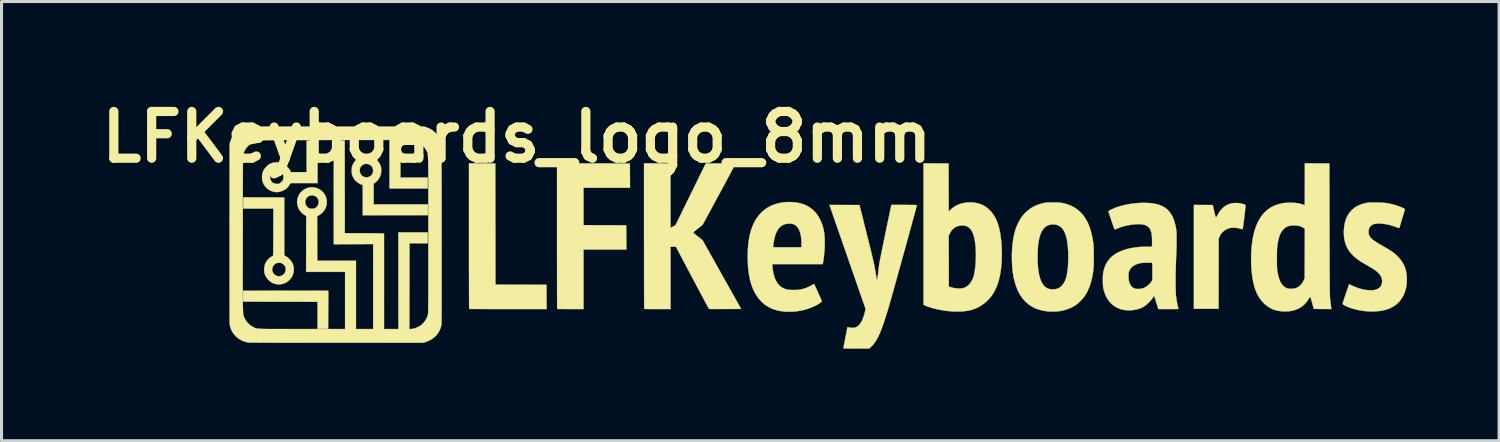
<source format=kicad_pcb>
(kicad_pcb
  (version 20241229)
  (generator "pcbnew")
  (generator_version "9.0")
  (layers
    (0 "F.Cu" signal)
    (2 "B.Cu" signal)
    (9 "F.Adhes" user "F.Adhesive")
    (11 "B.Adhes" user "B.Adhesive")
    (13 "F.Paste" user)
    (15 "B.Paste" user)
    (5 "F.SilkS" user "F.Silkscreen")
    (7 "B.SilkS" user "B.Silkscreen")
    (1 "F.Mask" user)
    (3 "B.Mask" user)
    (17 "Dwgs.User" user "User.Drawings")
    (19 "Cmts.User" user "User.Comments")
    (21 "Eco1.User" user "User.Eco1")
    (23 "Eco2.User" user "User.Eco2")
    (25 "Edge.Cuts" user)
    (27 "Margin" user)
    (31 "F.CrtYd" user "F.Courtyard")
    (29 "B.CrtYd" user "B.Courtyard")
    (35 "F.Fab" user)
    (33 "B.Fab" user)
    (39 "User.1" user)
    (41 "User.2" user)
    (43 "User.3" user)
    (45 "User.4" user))
  (footprint "LFKeyboards_logo_8mm"
    (layer "F.Cu")
    (at 4.396 4.518)
    (property "Reference" "LFKeyboards_logo_8mm" (at 9.4 -3.1 0) (layer "F.SilkS") (effects (font (size 1.524 1.524) (thickness 0.3))))
    (attr through_hole)
    (fp_poly (pts (xy 2.439 1.907) (xy 2.567 1.907) (xy 2.687 1.907) (xy 2.798 1.907) (xy 2.899 1.908) (xy 2.989 1.908) (xy 3.068 1.908) (xy 3.134 1.909) (xy 3.186 1.909) (xy 3.224 1.91) (xy 3.247 1.911) (xy 3.253 1.911) (xy 3.254 1.921) (xy 3.255 1.946) (xy 3.256 1.985) (xy 3.256 2.037) (xy 3.256 2.1) (xy 3.256 2.174) (xy 3.256 2.257) (xy 3.256 2.347) (xy 3.255 2.443) (xy 3.254 2.534) (xy 3.249 3.15) (xy 2.905 3.15) (xy 2.905 2.269) (xy 1.692 2.267) (xy 0.479 2.265) (xy 0.479 1.909) (xy 1.863 1.907) (xy 2.015 1.907) (xy 2.162 1.907) (xy 2.304 1.907) (xy 2.439 1.907)) (stroke (width 0.01) (type solid)) (fill yes) (layer "F.SilkS"))
    (fp_poly (pts (xy 13.086 -2.239) (xy 13.088 -1.844) (xy 13.09 -1.448) (xy 11.575 -1.448) (xy 11.575 -0.229) (xy 12.271 -0.227) (xy 12.967 -0.224) (xy 12.97 0.171) (xy 12.972 0.567) (xy 11.575 0.567) (xy 11.575 2.506) (xy 11.149 2.506) (xy 11.065 2.506) (xy 10.987 2.506) (xy 10.916 2.505) (xy 10.853 2.505) (xy 10.8 2.504) (xy 10.758 2.503) (xy 10.73 2.502) (xy 10.717 2.501) (xy 10.717 2.5) (xy 10.716 2.492) (xy 10.716 2.467) (xy 10.715 2.426) (xy 10.715 2.37) (xy 10.715 2.301) (xy 10.714 2.217) (xy 10.714 2.121) (xy 10.713 2.013) (xy 10.713 1.893) (xy 10.713 1.762) (xy 10.712 1.622) (xy 10.712 1.471) (xy 10.712 1.312) (xy 10.712 1.145) (xy 10.712 0.971) (xy 10.711 0.789) (xy 10.711 0.602) (xy 10.711 0.409) (xy 10.711 0.212) (xy 10.711 0.126) (xy 10.711 -2.244) (xy 13.086 -2.239)) (stroke (width 0.01) (type solid)) (fill yes) (layer "F.SilkS"))
    (fp_poly (pts (xy 8.271 -2.242) (xy 8.7 -2.239) (xy 8.702 -0.265) (xy 8.705 1.71) (xy 10.368 1.714) (xy 10.37 2.11) (xy 10.373 2.506) (xy 9.112 2.506) (xy 8.968 2.506) (xy 8.828 2.506) (xy 8.693 2.506) (xy 8.565 2.506) (xy 8.444 2.505) (xy 8.332 2.505) (xy 8.229 2.505) (xy 8.136 2.504) (xy 8.055 2.504) (xy 7.985 2.503) (xy 7.929 2.502) (xy 7.886 2.502) (xy 7.859 2.501) (xy 7.847 2.501) (xy 7.847 2.5) (xy 7.846 2.492) (xy 7.846 2.467) (xy 7.845 2.426) (xy 7.845 2.37) (xy 7.844 2.301) (xy 7.844 2.217) (xy 7.844 2.121) (xy 7.843 2.013) (xy 7.843 1.893) (xy 7.843 1.762) (xy 7.842 1.622) (xy 7.842 1.471) (xy 7.842 1.312) (xy 7.841 1.145) (xy 7.841 0.971) (xy 7.841 0.789) (xy 7.841 0.602) (xy 7.841 0.409) (xy 7.841 0.212) (xy 7.841 0.126) (xy 7.841 -2.244) (xy 8.271 -2.242)) (stroke (width 0.01) (type solid)) (fill yes) (layer "F.SilkS"))
    (fp_poly (pts (xy 32.921 -0.949) (xy 33.016 -0.934) (xy 33.107 -0.908) (xy 33.11 -0.907) (xy 33.136 -0.896) (xy 33.149 -0.885) (xy 33.154 -0.871) (xy 33.154 -0.867) (xy 33.154 -0.853) (xy 33.151 -0.825) (xy 33.147 -0.784) (xy 33.141 -0.731) (xy 33.135 -0.669) (xy 33.127 -0.599) (xy 33.118 -0.524) (xy 33.111 -0.47) (xy 33.101 -0.381) (xy 33.092 -0.307) (xy 33.084 -0.248) (xy 33.078 -0.201) (xy 33.073 -0.164) (xy 33.068 -0.138) (xy 33.064 -0.12) (xy 33.061 -0.108) (xy 33.057 -0.101) (xy 33.054 -0.099) (xy 33.05 -0.099) (xy 33.035 -0.101) (xy 33.008 -0.107) (xy 32.974 -0.116) (xy 32.949 -0.123) (xy 32.88 -0.137) (xy 32.806 -0.144) (xy 32.733 -0.145) (xy 32.667 -0.14) (xy 32.629 -0.132) (xy 32.543 -0.1) (xy 32.466 -0.055) (xy 32.399 0.003) (xy 32.344 0.073) (xy 32.302 0.152) (xy 32.3 0.158) (xy 32.28 0.207) (xy 32.278 1.353) (xy 32.276 2.498) (xy 31.471 2.498) (xy 31.471 -0.889) (xy 32.085 -0.885) (xy 32.132 -0.684) (xy 32.147 -0.618) (xy 32.16 -0.567) (xy 32.17 -0.529) (xy 32.178 -0.504) (xy 32.184 -0.489) (xy 32.19 -0.483) (xy 32.191 -0.483) (xy 32.202 -0.49) (xy 32.216 -0.511) (xy 32.233 -0.542) (xy 32.235 -0.545) (xy 32.293 -0.647) (xy 32.359 -0.734) (xy 32.433 -0.807) (xy 32.516 -0.867) (xy 32.561 -0.892) (xy 32.641 -0.924) (xy 32.729 -0.944) (xy 32.824 -0.952) (xy 32.921 -0.949)) (stroke (width 0.01) (type solid)) (fill yes) (layer "F.SilkS"))
    (fp_poly (pts (xy 13.977 -2.242) (xy 14.407 -2.239) (xy 14.411 -0.144) (xy 14.491 -0.184) (xy 14.57 -0.223) (xy 15.56 -2.239) (xy 16.041 -2.242) (xy 16.13 -2.242) (xy 16.214 -2.242) (xy 16.291 -2.242) (xy 16.36 -2.241) (xy 16.419 -2.241) (xy 16.467 -2.24) (xy 16.502 -2.239) (xy 16.523 -2.238) (xy 16.529 -2.237) (xy 16.526 -2.229) (xy 16.515 -2.207) (xy 16.497 -2.172) (xy 16.472 -2.124) (xy 16.441 -2.066) (xy 16.405 -1.996) (xy 16.363 -1.917) (xy 16.316 -1.829) (xy 16.264 -1.733) (xy 16.209 -1.63) (xy 16.15 -1.521) (xy 16.089 -1.407) (xy 16.024 -1.288) (xy 15.995 -1.234) (xy 15.454 -0.237) (xy 15.299 -0.114) (xy 15.255 -0.079) (xy 15.216 -0.048) (xy 15.184 -0.022) (xy 15.16 -0.002) (xy 15.147 0.01) (xy 15.145 0.013) (xy 15.152 0.02) (xy 15.17 0.035) (xy 15.198 0.058) (xy 15.233 0.087) (xy 15.275 0.12) (xy 15.302 0.141) (xy 15.457 0.264) (xy 16.084 1.383) (xy 16.712 2.502) (xy 16.194 2.504) (xy 16.102 2.504) (xy 16.015 2.505) (xy 15.934 2.505) (xy 15.861 2.505) (xy 15.798 2.505) (xy 15.745 2.504) (xy 15.705 2.504) (xy 15.679 2.503) (xy 15.668 2.503) (xy 15.668 2.503) (xy 15.663 2.495) (xy 15.65 2.473) (xy 15.631 2.438) (xy 15.605 2.39) (xy 15.573 2.331) (xy 15.535 2.262) (xy 15.492 2.182) (xy 15.445 2.094) (xy 15.394 1.998) (xy 15.338 1.894) (xy 15.28 1.784) (xy 15.219 1.669) (xy 15.155 1.549) (xy 15.122 1.487) (xy 14.586 0.474) (xy 14.411 0.474) (xy 14.411 2.506) (xy 13.985 2.506) (xy 13.902 2.506) (xy 13.823 2.506) (xy 13.752 2.505) (xy 13.689 2.505) (xy 13.636 2.504) (xy 13.595 2.503) (xy 13.567 2.502) (xy 13.554 2.501) (xy 13.553 2.5) (xy 13.553 2.492) (xy 13.552 2.467) (xy 13.552 2.426) (xy 13.551 2.37) (xy 13.551 2.301) (xy 13.55 2.217) (xy 13.55 2.121) (xy 13.55 2.013) (xy 13.549 1.893) (xy 13.549 1.762) (xy 13.549 1.622) (xy 13.548 1.471) (xy 13.548 1.312) (xy 13.548 1.145) (xy 13.548 0.971) (xy 13.548 0.789) (xy 13.548 0.602) (xy 13.548 0.409) (xy 13.547 0.212) (xy 13.547 0.126) (xy 13.547 -2.244) (xy 13.977 -2.242)) (stroke (width 0.01) (type solid)) (fill yes) (layer "F.SilkS"))
    (fp_poly (pts (xy 4.556 -2.489) (xy 4.587 -2.484) (xy 4.615 -2.479) (xy 4.626 -2.477) (xy 4.668 -2.464) (xy 4.717 -2.441) (xy 4.767 -2.41) (xy 4.814 -2.374) (xy 4.84 -2.35) (xy 4.875 -2.311) (xy 4.907 -2.266) (xy 4.935 -2.221) (xy 4.955 -2.179) (xy 4.965 -2.145) (xy 4.965 -2.141) (xy 4.97 -2.12) (xy 4.975 -2.108) (xy 4.978 -2.095) (xy 4.98 -2.07) (xy 4.982 -2.035) (xy 4.982 -2.011) (xy 4.974 -1.919) (xy 4.951 -1.834) (xy 4.912 -1.756) (xy 4.858 -1.684) (xy 4.839 -1.665) (xy 4.812 -1.64) (xy 4.785 -1.616) (xy 4.766 -1.602) (xy 4.734 -1.581) (xy 4.734 -0.906) (xy 6.503 -0.906) (xy 6.503 -0.73) (xy 6.503 -0.555) (xy 4.378 -0.554) (xy 4.378 -1.538) (xy 4.334 -1.552) (xy 4.29 -1.571) (xy 4.243 -1.598) (xy 4.195 -1.633) (xy 4.152 -1.67) (xy 4.116 -1.708) (xy 4.091 -1.744) (xy 4.087 -1.752) (xy 4.076 -1.773) (xy 4.067 -1.785) (xy 4.06 -1.798) (xy 4.061 -1.803) (xy 4.059 -1.812) (xy 4.057 -1.813) (xy 4.048 -1.823) (xy 4.045 -1.833) (xy 4.039 -1.853) (xy 4.03 -1.875) (xy 4.024 -1.9) (xy 4.02 -1.94) (xy 4.019 -1.997) (xy 4.019 -2.005) (xy 4.278 -2.005) (xy 4.286 -1.956) (xy 4.303 -1.909) (xy 4.328 -1.868) (xy 4.334 -1.861) (xy 4.368 -1.829) (xy 4.404 -1.808) (xy 4.45 -1.793) (xy 4.463 -1.79) (xy 4.507 -1.786) (xy 4.55 -1.793) (xy 4.597 -1.811) (xy 4.607 -1.816) (xy 4.654 -1.849) (xy 4.688 -1.894) (xy 4.71 -1.947) (xy 4.717 -2.009) (xy 4.709 -2.07) (xy 4.687 -2.123) (xy 4.652 -2.167) (xy 4.606 -2.2) (xy 4.551 -2.221) (xy 4.501 -2.228) (xy 4.449 -2.224) (xy 4.403 -2.209) (xy 4.36 -2.18) (xy 4.317 -2.136) (xy 4.313 -2.131) (xy 4.301 -2.116) (xy 4.298 -2.108) (xy 4.298 -2.108) (xy 4.298 -2.102) (xy 4.292 -2.089) (xy 4.28 -2.051) (xy 4.278 -2.005) (xy 4.019 -2.005) (xy 4.019 -2.007) (xy 4.019 -2.055) (xy 4.021 -2.091) (xy 4.025 -2.119) (xy 4.031 -2.144) (xy 4.037 -2.163) (xy 4.076 -2.245) (xy 4.127 -2.318) (xy 4.189 -2.38) (xy 4.26 -2.429) (xy 4.277 -2.438) (xy 4.348 -2.468) (xy 4.422 -2.487) (xy 4.493 -2.494) (xy 4.556 -2.489)) (stroke (width 0.01) (type solid)) (fill yes) (layer "F.SilkS"))
    (fp_poly (pts (xy 23.066 -2.242) (xy 23.475 -2.239) (xy 23.477 -1.458) (xy 23.477 -1.345) (xy 23.478 -1.237) (xy 23.478 -1.134) (xy 23.478 -1.039) (xy 23.479 -0.953) (xy 23.479 -0.876) (xy 23.48 -0.81) (xy 23.48 -0.756) (xy 23.481 -0.715) (xy 23.481 -0.688) (xy 23.482 -0.678) (xy 23.482 -0.677) (xy 23.489 -0.683) (xy 23.505 -0.698) (xy 23.528 -0.72) (xy 23.545 -0.736) (xy 23.626 -0.806) (xy 23.715 -0.863) (xy 23.812 -0.908) (xy 23.92 -0.941) (xy 24.039 -0.963) (xy 24.063 -0.966) (xy 24.187 -0.972) (xy 24.309 -0.964) (xy 24.427 -0.941) (xy 24.539 -0.905) (xy 24.642 -0.855) (xy 24.676 -0.834) (xy 24.714 -0.807) (xy 24.758 -0.77) (xy 24.803 -0.728) (xy 24.847 -0.683) (xy 24.885 -0.642) (xy 24.898 -0.625) (xy 24.962 -0.532) (xy 25.017 -0.43) (xy 25.066 -0.315) (xy 25.107 -0.189) (xy 25.141 -0.05) (xy 25.168 0.102) (xy 25.189 0.269) (xy 25.203 0.45) (xy 25.206 0.52) (xy 25.211 0.73) (xy 25.206 0.93) (xy 25.192 1.121) (xy 25.168 1.301) (xy 25.136 1.47) (xy 25.095 1.627) (xy 25.044 1.771) (xy 24.994 1.882) (xy 24.936 1.988) (xy 24.871 2.083) (xy 24.796 2.173) (xy 24.737 2.233) (xy 24.641 2.318) (xy 24.54 2.391) (xy 24.434 2.452) (xy 24.322 2.501) (xy 24.202 2.539) (xy 24.073 2.565) (xy 23.933 2.582) (xy 23.783 2.588) (xy 23.619 2.584) (xy 23.58 2.582) (xy 23.358 2.56) (xy 23.139 2.521) (xy 22.955 2.476) (xy 22.9 2.459) (xy 22.844 2.441) (xy 22.79 2.423) (xy 22.743 2.405) (xy 22.705 2.389) (xy 22.679 2.376) (xy 22.677 2.374) (xy 22.658 2.362) (xy 22.658 0.115) (xy 23.479 0.115) (xy 23.481 0.944) (xy 23.483 1.773) (xy 23.54 1.792) (xy 23.607 1.812) (xy 23.682 1.826) (xy 23.758 1.834) (xy 23.831 1.837) (xy 23.897 1.833) (xy 23.947 1.825) (xy 24.024 1.796) (xy 24.094 1.752) (xy 24.156 1.694) (xy 24.21 1.621) (xy 24.256 1.535) (xy 24.274 1.49) (xy 24.298 1.413) (xy 24.318 1.321) (xy 24.335 1.218) (xy 24.348 1.106) (xy 24.358 0.987) (xy 24.363 0.864) (xy 24.365 0.739) (xy 24.362 0.615) (xy 24.356 0.494) (xy 24.345 0.379) (xy 24.33 0.273) (xy 24.311 0.177) (xy 24.309 0.169) (xy 24.279 0.068) (xy 24.242 -0.017) (xy 24.199 -0.087) (xy 24.148 -0.142) (xy 24.09 -0.182) (xy 24.024 -0.208) (xy 23.95 -0.219) (xy 23.924 -0.22) (xy 23.834 -0.212) (xy 23.752 -0.19) (xy 23.679 -0.153) (xy 23.615 -0.102) (xy 23.559 -0.036) (xy 23.517 0.036) (xy 23.479 0.115) (xy 22.658 0.115) (xy 22.658 -2.244) (xy 23.066 -2.242)) (stroke (width 0.01) (type solid)) (fill yes) (layer "F.SilkS"))
    (fp_poly (pts (xy 2.905 -1.6) (xy 2.024 -1.6) (xy 2.008 -1.573) (xy 1.995 -1.552) (xy 1.984 -1.536) (xy 1.983 -1.535) (xy 1.975 -1.523) (xy 1.974 -1.519) (xy 1.967 -1.506) (xy 1.951 -1.486) (xy 1.927 -1.461) (xy 1.9 -1.435) (xy 1.871 -1.41) (xy 1.849 -1.394) (xy 1.777 -1.353) (xy 1.702 -1.326) (xy 1.637 -1.312) (xy 1.604 -1.308) (xy 1.581 -1.306) (xy 1.56 -1.306) (xy 1.536 -1.309) (xy 1.511 -1.312) (xy 1.481 -1.318) (xy 1.447 -1.327) (xy 1.413 -1.337) (xy 1.384 -1.347) (xy 1.364 -1.357) (xy 1.355 -1.364) (xy 1.355 -1.364) (xy 1.35 -1.37) (xy 1.348 -1.369) (xy 1.334 -1.373) (xy 1.312 -1.386) (xy 1.285 -1.407) (xy 1.255 -1.432) (xy 1.227 -1.459) (xy 1.203 -1.485) (xy 1.185 -1.507) (xy 1.178 -1.522) (xy 1.178 -1.523) (xy 1.173 -1.532) (xy 1.171 -1.532) (xy 1.164 -1.539) (xy 1.154 -1.556) (xy 1.143 -1.577) (xy 1.133 -1.599) (xy 1.127 -1.615) (xy 1.127 -1.621) (xy 1.126 -1.628) (xy 1.12 -1.636) (xy 1.112 -1.651) (xy 1.105 -1.675) (xy 1.1 -1.709) (xy 1.097 -1.757) (xy 1.095 -1.783) (xy 1.096 -1.82) (xy 1.356 -1.82) (xy 1.357 -1.766) (xy 1.368 -1.72) (xy 1.394 -1.666) (xy 1.432 -1.623) (xy 1.481 -1.594) (xy 1.54 -1.577) (xy 1.558 -1.575) (xy 1.589 -1.573) (xy 1.614 -1.574) (xy 1.627 -1.576) (xy 1.641 -1.58) (xy 1.644 -1.579) (xy 1.654 -1.58) (xy 1.672 -1.591) (xy 1.696 -1.608) (xy 1.72 -1.63) (xy 1.743 -1.652) (xy 1.761 -1.673) (xy 1.766 -1.68) (xy 1.779 -1.704) (xy 1.787 -1.726) (xy 1.791 -1.751) (xy 1.791 -1.786) (xy 1.791 -1.826) (xy 1.789 -1.855) (xy 1.784 -1.876) (xy 1.774 -1.895) (xy 1.757 -1.917) (xy 1.74 -1.937) (xy 1.694 -1.979) (xy 1.643 -2.006) (xy 1.589 -2.016) (xy 1.534 -2.012) (xy 1.48 -1.992) (xy 1.429 -1.956) (xy 1.408 -1.935) (xy 1.39 -1.915) (xy 1.378 -1.901) (xy 1.376 -1.897) (xy 1.376 -1.89) (xy 1.37 -1.873) (xy 1.369 -1.869) (xy 1.356 -1.82) (xy 1.096 -1.82) (xy 1.098 -1.866) (xy 1.113 -1.941) (xy 1.143 -2.011) (xy 1.188 -2.079) (xy 1.238 -2.136) (xy 1.265 -2.163) (xy 1.29 -2.184) (xy 1.308 -2.198) (xy 1.316 -2.201) (xy 1.328 -2.205) (xy 1.33 -2.209) (xy 1.337 -2.216) (xy 1.353 -2.225) (xy 1.372 -2.234) (xy 1.388 -2.239) (xy 1.389 -2.24) (xy 1.399 -2.244) (xy 1.411 -2.249) (xy 1.443 -2.261) (xy 1.487 -2.27) (xy 1.538 -2.276) (xy 1.591 -2.277) (xy 1.641 -2.274) (xy 1.677 -2.269) (xy 1.705 -2.261) (xy 1.737 -2.25) (xy 1.769 -2.238) (xy 1.796 -2.226) (xy 1.815 -2.215) (xy 1.821 -2.209) (xy 1.828 -2.202) (xy 1.834 -2.201) (xy 1.849 -2.195) (xy 1.871 -2.178) (xy 1.897 -2.152) (xy 1.926 -2.122) (xy 1.955 -2.088) (xy 1.98 -2.055) (xy 2.001 -2.026) (xy 2.008 -2.013) (xy 2.037 -1.956) (xy 2.293 -1.956) (xy 2.549 -1.956) (xy 2.549 -2.98) (xy 2.905 -2.98) (xy 2.905 -1.6)) (stroke (width 0.01) (type solid)) (fill yes) (layer "F.SilkS"))
    (fp_poly (pts (xy 1.082 -1.134) (xy 1.184 -1.134) (xy 1.282 -1.134) (xy 1.375 -1.134) (xy 1.461 -1.133) (xy 1.539 -1.133) (xy 1.608 -1.132) (xy 1.665 -1.131) (xy 1.71 -1.13) (xy 1.74 -1.13) (xy 1.751 -1.129) (xy 1.821 -1.124) (xy 1.821 0.76) (xy 1.87 0.784) (xy 1.912 0.81) (xy 1.957 0.848) (xy 2.001 0.891) (xy 2.041 0.938) (xy 2.072 0.983) (xy 2.081 1) (xy 2.095 1.031) (xy 2.106 1.058) (xy 2.111 1.076) (xy 2.111 1.076) (xy 2.115 1.096) (xy 2.119 1.105) (xy 2.125 1.123) (xy 2.129 1.153) (xy 2.131 1.191) (xy 2.131 1.231) (xy 2.129 1.269) (xy 2.127 1.286) (xy 2.117 1.331) (xy 2.104 1.377) (xy 2.088 1.419) (xy 2.071 1.454) (xy 2.058 1.472) (xy 2.046 1.487) (xy 2.041 1.497) (xy 2.035 1.507) (xy 2.02 1.525) (xy 1.998 1.548) (xy 1.972 1.573) (xy 1.946 1.595) (xy 1.924 1.613) (xy 1.92 1.616) (xy 1.88 1.642) (xy 1.844 1.66) (xy 1.817 1.67) (xy 1.815 1.671) (xy 1.795 1.676) (xy 1.787 1.679) (xy 1.747 1.691) (xy 1.697 1.698) (xy 1.642 1.7) (xy 1.589 1.698) (xy 1.554 1.693) (xy 1.525 1.686) (xy 1.498 1.678) (xy 1.495 1.677) (xy 1.477 1.67) (xy 1.468 1.668) (xy 1.467 1.668) (xy 1.459 1.665) (xy 1.44 1.655) (xy 1.415 1.642) (xy 1.413 1.641) (xy 1.365 1.61) (xy 1.317 1.568) (xy 1.271 1.52) (xy 1.235 1.471) (xy 1.222 1.45) (xy 1.209 1.424) (xy 1.201 1.405) (xy 1.199 1.397) (xy 1.199 1.397) (xy 1.2 1.392) (xy 1.196 1.386) (xy 1.186 1.368) (xy 1.183 1.358) (xy 1.177 1.337) (xy 1.173 1.325) (xy 1.169 1.31) (xy 1.167 1.282) (xy 1.165 1.246) (xy 1.165 1.219) (xy 1.165 1.217) (xy 1.425 1.217) (xy 1.431 1.266) (xy 1.453 1.321) (xy 1.489 1.368) (xy 1.535 1.405) (xy 1.587 1.429) (xy 1.595 1.432) (xy 1.633 1.436) (xy 1.677 1.433) (xy 1.72 1.424) (xy 1.745 1.414) (xy 1.795 1.38) (xy 1.832 1.335) (xy 1.856 1.282) (xy 1.865 1.223) (xy 1.865 1.215) (xy 1.864 1.18) (xy 1.862 1.157) (xy 1.857 1.139) (xy 1.848 1.12) (xy 1.845 1.113) (xy 1.828 1.089) (xy 1.802 1.061) (xy 1.775 1.036) (xy 1.75 1.018) (xy 1.748 1.017) (xy 1.695 0.999) (xy 1.638 0.996) (xy 1.58 1.006) (xy 1.525 1.031) (xy 1.522 1.033) (xy 1.483 1.067) (xy 1.453 1.112) (xy 1.433 1.163) (xy 1.425 1.217) (xy 1.165 1.217) (xy 1.172 1.126) (xy 1.194 1.042) (xy 1.231 0.965) (xy 1.284 0.895) (xy 1.306 0.871) (xy 1.335 0.846) (xy 1.367 0.821) (xy 1.399 0.799) (xy 1.427 0.783) (xy 1.446 0.775) (xy 1.448 0.774) (xy 1.451 0.772) (xy 1.453 0.767) (xy 1.455 0.758) (xy 1.456 0.744) (xy 1.457 0.725) (xy 1.459 0.699) (xy 1.459 0.665) (xy 1.46 0.622) (xy 1.461 0.57) (xy 1.461 0.507) (xy 1.462 0.431) (xy 1.462 0.343) (xy 1.463 0.241) (xy 1.463 0.124) (xy 1.463 0.001) (xy 1.466 -0.77) (xy 0.975 -0.77) (xy 0.483 -0.77) (xy 0.483 -1.135) (xy 1.082 -1.134)) (stroke (width 0.01) (type solid)) (fill yes) (layer "F.SilkS"))
    (fp_poly (pts (xy 18.429 -0.977) (xy 18.566 -0.958) (xy 18.694 -0.927) (xy 18.811 -0.883) (xy 18.918 -0.827) (xy 19.016 -0.757) (xy 19.087 -0.692) (xy 19.144 -0.631) (xy 19.193 -0.57) (xy 19.236 -0.504) (xy 19.278 -0.428) (xy 19.288 -0.407) (xy 19.333 -0.309) (xy 19.369 -0.209) (xy 19.397 -0.106) (xy 19.418 0.003) (xy 19.431 0.12) (xy 19.438 0.248) (xy 19.439 0.389) (xy 19.438 0.427) (xy 19.434 0.514) (xy 19.428 0.608) (xy 19.42 0.705) (xy 19.41 0.8) (xy 19.398 0.889) (xy 19.386 0.969) (xy 19.376 1.022) (xy 19.372 1.041) (xy 17.728 1.041) (xy 17.734 1.124) (xy 17.748 1.254) (xy 17.772 1.374) (xy 17.805 1.482) (xy 17.846 1.578) (xy 17.896 1.661) (xy 17.953 1.73) (xy 18.018 1.786) (xy 18.065 1.814) (xy 18.113 1.837) (xy 18.157 1.855) (xy 18.202 1.868) (xy 18.251 1.876) (xy 18.307 1.881) (xy 18.374 1.884) (xy 18.42 1.884) (xy 18.496 1.883) (xy 18.559 1.881) (xy 18.61 1.877) (xy 18.64 1.872) (xy 18.728 1.85) (xy 18.819 1.82) (xy 18.909 1.783) (xy 18.991 1.743) (xy 19.038 1.715) (xy 19.063 1.7) (xy 19.083 1.692) (xy 19.093 1.69) (xy 19.093 1.691) (xy 19.098 1.699) (xy 19.108 1.721) (xy 19.123 1.754) (xy 19.142 1.796) (xy 19.164 1.846) (xy 19.189 1.9) (xy 19.214 1.956) (xy 19.24 2.014) (xy 19.265 2.07) (xy 19.289 2.122) (xy 19.309 2.169) (xy 19.326 2.208) (xy 19.339 2.237) (xy 19.344 2.249) (xy 19.34 2.259) (xy 19.323 2.275) (xy 19.296 2.296) (xy 19.262 2.32) (xy 19.223 2.346) (xy 19.181 2.371) (xy 19.139 2.394) (xy 19.136 2.395) (xy 18.992 2.461) (xy 18.838 2.514) (xy 18.677 2.554) (xy 18.512 2.581) (xy 18.345 2.594) (xy 18.178 2.592) (xy 18.141 2.59) (xy 17.991 2.572) (xy 17.85 2.54) (xy 17.718 2.494) (xy 17.597 2.434) (xy 17.485 2.361) (xy 17.383 2.273) (xy 17.291 2.172) (xy 17.209 2.058) (xy 17.142 1.939) (xy 17.085 1.813) (xy 17.037 1.679) (xy 16.998 1.536) (xy 16.968 1.383) (xy 16.946 1.218) (xy 16.932 1.041) (xy 16.926 0.85) (xy 16.926 0.8) (xy 16.93 0.594) (xy 16.938 0.491) (xy 17.754 0.491) (xy 18.678 0.491) (xy 18.678 0.37) (xy 18.676 0.267) (xy 18.669 0.176) (xy 18.656 0.096) (xy 18.639 0.027) (xy 18.61 -0.056) (xy 18.576 -0.124) (xy 18.535 -0.179) (xy 18.486 -0.222) (xy 18.443 -0.247) (xy 18.413 -0.261) (xy 18.385 -0.27) (xy 18.355 -0.275) (xy 18.315 -0.278) (xy 18.309 -0.278) (xy 18.217 -0.275) (xy 18.135 -0.259) (xy 18.062 -0.228) (xy 17.997 -0.183) (xy 17.94 -0.123) (xy 17.912 -0.085) (xy 17.873 -0.017) (xy 17.84 0.058) (xy 17.812 0.143) (xy 17.79 0.24) (xy 17.771 0.349) (xy 17.759 0.442) (xy 17.754 0.491) (xy 16.938 0.491) (xy 16.945 0.402) (xy 16.969 0.223) (xy 17.002 0.058) (xy 17.046 -0.095) (xy 17.099 -0.235) (xy 17.162 -0.363) (xy 17.212 -0.445) (xy 17.297 -0.56) (xy 17.393 -0.662) (xy 17.499 -0.75) (xy 17.614 -0.824) (xy 17.738 -0.884) (xy 17.872 -0.93) (xy 18.014 -0.961) (xy 18.166 -0.979) (xy 18.279 -0.983) (xy 18.429 -0.977)) (stroke (width 0.01) (type solid)) (fill yes) (layer "F.SilkS"))
    (fp_poly (pts (xy 26.954 -0.969) (xy 27.021 -0.967) (xy 27.079 -0.964) (xy 27.129 -0.959) (xy 27.177 -0.952) (xy 27.225 -0.941) (xy 27.277 -0.928) (xy 27.31 -0.919) (xy 27.438 -0.874) (xy 27.556 -0.817) (xy 27.664 -0.747) (xy 27.762 -0.664) (xy 27.851 -0.567) (xy 27.929 -0.458) (xy 27.999 -0.335) (xy 28.058 -0.199) (xy 28.109 -0.048) (xy 28.15 0.116) (xy 28.183 0.295) (xy 28.192 0.364) (xy 28.196 0.4) (xy 28.2 0.438) (xy 28.202 0.48) (xy 28.204 0.528) (xy 28.206 0.586) (xy 28.206 0.654) (xy 28.207 0.736) (xy 28.207 0.804) (xy 28.207 0.891) (xy 28.207 0.962) (xy 28.206 1.022) (xy 28.205 1.072) (xy 28.203 1.114) (xy 28.201 1.152) (xy 28.198 1.187) (xy 28.194 1.222) (xy 28.19 1.259) (xy 28.188 1.27) (xy 28.161 1.437) (xy 28.126 1.59) (xy 28.084 1.73) (xy 28.034 1.859) (xy 27.976 1.978) (xy 27.917 2.074) (xy 27.886 2.117) (xy 27.845 2.166) (xy 27.797 2.217) (xy 27.747 2.268) (xy 27.696 2.315) (xy 27.649 2.355) (xy 27.614 2.381) (xy 27.495 2.45) (xy 27.366 2.505) (xy 27.229 2.547) (xy 27.085 2.575) (xy 26.935 2.588) (xy 26.78 2.587) (xy 26.707 2.582) (xy 26.558 2.56) (xy 26.419 2.525) (xy 26.29 2.476) (xy 26.172 2.414) (xy 26.063 2.338) (xy 25.965 2.249) (xy 25.877 2.146) (xy 25.798 2.03) (xy 25.73 1.9) (xy 25.673 1.756) (xy 25.625 1.599) (xy 25.621 1.583) (xy 25.596 1.476) (xy 25.576 1.367) (xy 25.561 1.252) (xy 25.55 1.129) (xy 25.542 0.994) (xy 25.539 0.91) (xy 25.538 0.711) (xy 25.539 0.692) (xy 26.377 0.692) (xy 26.377 0.864) (xy 26.377 0.893) (xy 26.38 0.998) (xy 26.385 1.09) (xy 26.392 1.172) (xy 26.401 1.248) (xy 26.413 1.32) (xy 26.426 1.386) (xy 26.455 1.499) (xy 26.492 1.596) (xy 26.534 1.678) (xy 26.584 1.746) (xy 26.642 1.798) (xy 26.706 1.835) (xy 26.778 1.857) (xy 26.858 1.865) (xy 26.946 1.859) (xy 26.979 1.853) (xy 27.048 1.832) (xy 27.112 1.794) (xy 27.17 1.743) (xy 27.221 1.677) (xy 27.264 1.599) (xy 27.3 1.509) (xy 27.324 1.42) (xy 27.343 1.313) (xy 27.359 1.193) (xy 27.369 1.063) (xy 27.376 0.925) (xy 27.377 0.784) (xy 27.373 0.643) (xy 27.364 0.491) (xy 27.349 0.355) (xy 27.329 0.233) (xy 27.303 0.127) (xy 27.271 0.034) (xy 27.234 -0.044) (xy 27.19 -0.11) (xy 27.139 -0.163) (xy 27.082 -0.203) (xy 27.017 -0.232) (xy 26.988 -0.241) (xy 26.913 -0.253) (xy 26.836 -0.252) (xy 26.761 -0.238) (xy 26.693 -0.212) (xy 26.672 -0.201) (xy 26.612 -0.156) (xy 26.559 -0.099) (xy 26.513 -0.028) (xy 26.473 0.056) (xy 26.441 0.154) (xy 26.415 0.267) (xy 26.396 0.393) (xy 26.383 0.535) (xy 26.377 0.692) (xy 25.539 0.692) (xy 25.547 0.52) (xy 25.565 0.339) (xy 25.592 0.168) (xy 25.628 0.009) (xy 25.66 -0.102) (xy 25.683 -0.163) (xy 25.712 -0.231) (xy 25.745 -0.301) (xy 25.78 -0.369) (xy 25.815 -0.43) (xy 25.847 -0.481) (xy 25.857 -0.495) (xy 25.949 -0.605) (xy 26.048 -0.699) (xy 26.155 -0.78) (xy 26.272 -0.846) (xy 26.398 -0.9) (xy 26.536 -0.941) (xy 26.576 -0.95) (xy 26.607 -0.956) (xy 26.636 -0.961) (xy 26.665 -0.965) (xy 26.698 -0.967) (xy 26.739 -0.968) (xy 26.789 -0.969) (xy 26.852 -0.969) (xy 26.874 -0.969) (xy 26.954 -0.969)) (stroke (width 0.01) (type solid)) (fill yes) (layer "F.SilkS"))
    (fp_poly (pts (xy 35.487 -2.242) (xy 35.887 -2.239) (xy 35.892 -0.11) (xy 35.892 0.141) (xy 35.893 0.375) (xy 35.894 0.593) (xy 35.894 0.794) (xy 35.895 0.981) (xy 35.896 1.151) (xy 35.896 1.307) (xy 35.897 1.448) (xy 35.898 1.575) (xy 35.899 1.688) (xy 35.9 1.787) (xy 35.901 1.872) (xy 35.902 1.945) (xy 35.903 2.004) (xy 35.904 2.051) (xy 35.905 2.086) (xy 35.906 2.11) (xy 35.906 2.117) (xy 35.913 2.18) (xy 35.92 2.244) (xy 35.926 2.306) (xy 35.933 2.362) (xy 35.938 2.411) (xy 35.943 2.449) (xy 35.947 2.474) (xy 35.947 2.479) (xy 35.952 2.506) (xy 35.666 2.504) (xy 35.38 2.502) (xy 35.328 2.311) (xy 35.31 2.249) (xy 35.297 2.202) (xy 35.286 2.167) (xy 35.277 2.143) (xy 35.27 2.128) (xy 35.264 2.12) (xy 35.259 2.119) (xy 35.246 2.122) (xy 35.232 2.139) (xy 35.222 2.156) (xy 35.207 2.182) (xy 35.186 2.215) (xy 35.161 2.25) (xy 35.154 2.26) (xy 35.079 2.348) (xy 34.994 2.422) (xy 34.899 2.482) (xy 34.795 2.528) (xy 34.681 2.561) (xy 34.557 2.579) (xy 34.424 2.584) (xy 34.354 2.581) (xy 34.226 2.565) (xy 34.107 2.536) (xy 33.995 2.491) (xy 33.891 2.431) (xy 33.794 2.356) (xy 33.716 2.281) (xy 33.645 2.196) (xy 33.581 2.102) (xy 33.526 1.998) (xy 33.478 1.883) (xy 33.438 1.757) (xy 33.404 1.619) (xy 33.377 1.468) (xy 33.357 1.302) (xy 33.343 1.123) (xy 33.338 0.999) (xy 33.336 0.864) (xy 34.176 0.864) (xy 34.177 0.95) (xy 34.177 1.022) (xy 34.178 1.081) (xy 34.179 1.129) (xy 34.181 1.17) (xy 34.184 1.205) (xy 34.187 1.235) (xy 34.191 1.265) (xy 34.192 1.268) (xy 34.214 1.39) (xy 34.242 1.495) (xy 34.275 1.586) (xy 34.314 1.662) (xy 34.359 1.724) (xy 34.41 1.774) (xy 34.468 1.811) (xy 34.524 1.834) (xy 34.555 1.84) (xy 34.598 1.844) (xy 34.647 1.844) (xy 34.695 1.842) (xy 34.738 1.838) (xy 34.756 1.834) (xy 34.819 1.814) (xy 34.873 1.786) (xy 34.925 1.745) (xy 34.945 1.726) (xy 34.977 1.692) (xy 35.002 1.66) (xy 35.025 1.621) (xy 35.042 1.586) (xy 35.082 1.503) (xy 35.087 -0.109) (xy 35.048 -0.136) (xy 34.994 -0.169) (xy 34.937 -0.193) (xy 34.876 -0.209) (xy 34.806 -0.218) (xy 34.727 -0.22) (xy 34.64 -0.216) (xy 34.565 -0.201) (xy 34.499 -0.176) (xy 34.44 -0.139) (xy 34.386 -0.089) (xy 34.385 -0.088) (xy 34.336 -0.029) (xy 34.296 0.038) (xy 34.262 0.116) (xy 34.235 0.205) (xy 34.216 0.288) (xy 34.206 0.341) (xy 34.198 0.391) (xy 34.191 0.439) (xy 34.186 0.489) (xy 34.182 0.543) (xy 34.179 0.604) (xy 34.178 0.674) (xy 34.177 0.755) (xy 34.177 0.85) (xy 34.176 0.864) (xy 33.336 0.864) (xy 33.336 0.827) (xy 33.341 0.657) (xy 33.352 0.49) (xy 33.371 0.328) (xy 33.396 0.175) (xy 33.427 0.032) (xy 33.464 -0.099) (xy 33.49 -0.174) (xy 33.55 -0.316) (xy 33.619 -0.443) (xy 33.696 -0.555) (xy 33.783 -0.653) (xy 33.878 -0.738) (xy 33.983 -0.809) (xy 34.098 -0.866) (xy 34.223 -0.911) (xy 34.359 -0.943) (xy 34.375 -0.946) (xy 34.437 -0.953) (xy 34.514 -0.958) (xy 34.609 -0.959) (xy 34.613 -0.959) (xy 34.703 -0.958) (xy 34.781 -0.953) (xy 34.85 -0.945) (xy 34.914 -0.932) (xy 34.977 -0.914) (xy 35.003 -0.906) (xy 35.036 -0.895) (xy 35.062 -0.886) (xy 35.078 -0.881) (xy 35.081 -0.881) (xy 35.082 -0.889) (xy 35.083 -0.913) (xy 35.084 -0.951) (xy 35.084 -1.003) (xy 35.085 -1.066) (xy 35.086 -1.14) (xy 35.086 -1.223) (xy 35.086 -1.315) (xy 35.087 -1.413) (xy 35.087 -1.517) (xy 35.087 -1.562) (xy 35.087 -2.244) (xy 35.487 -2.242)) (stroke (width 0.01) (type solid)) (fill yes) (layer "F.SilkS"))
    (fp_poly (pts (xy 20.08 -0.887) (xy 20.57 -0.885) (xy 20.805 0.055) (xy 20.842 0.202) (xy 20.875 0.334) (xy 20.904 0.451) (xy 20.93 0.556) (xy 20.953 0.649) (xy 20.973 0.731) (xy 20.99 0.804) (xy 21.005 0.868) (xy 21.019 0.925) (xy 21.03 0.976) (xy 21.04 1.023) (xy 21.049 1.065) (xy 21.057 1.106) (xy 21.064 1.144) (xy 21.071 1.183) (xy 21.078 1.222) (xy 21.083 1.249) (xy 21.096 1.326) (xy 21.106 1.389) (xy 21.115 1.438) (xy 21.121 1.475) (xy 21.126 1.502) (xy 21.13 1.52) (xy 21.134 1.532) (xy 21.136 1.538) (xy 21.139 1.541) (xy 21.142 1.541) (xy 21.144 1.541) (xy 21.148 1.535) (xy 21.153 1.517) (xy 21.158 1.486) (xy 21.165 1.441) (xy 21.173 1.382) (xy 21.182 1.307) (xy 21.186 1.268) (xy 21.191 1.224) (xy 21.196 1.184) (xy 21.201 1.147) (xy 21.205 1.11) (xy 21.211 1.074) (xy 21.216 1.037) (xy 21.223 0.997) (xy 21.23 0.953) (xy 21.239 0.905) (xy 21.25 0.851) (xy 21.262 0.789) (xy 21.276 0.718) (xy 21.292 0.638) (xy 21.311 0.547) (xy 21.332 0.444) (xy 21.356 0.327) (xy 21.383 0.196) (xy 21.4 0.114) (xy 21.425 -0.007) (xy 21.449 -0.124) (xy 21.473 -0.236) (xy 21.495 -0.342) (xy 21.515 -0.44) (xy 21.534 -0.531) (xy 21.551 -0.611) (xy 21.565 -0.681) (xy 21.577 -0.739) (xy 21.587 -0.784) (xy 21.593 -0.814) (xy 21.596 -0.828) (xy 21.609 -0.889) (xy 22.023 -0.889) (xy 22.108 -0.889) (xy 22.187 -0.888) (xy 22.258 -0.888) (xy 22.32 -0.887) (xy 22.371 -0.886) (xy 22.409 -0.884) (xy 22.433 -0.883) (xy 22.441 -0.881) (xy 22.439 -0.873) (xy 22.433 -0.848) (xy 22.423 -0.81) (xy 22.409 -0.757) (xy 22.392 -0.693) (xy 22.371 -0.616) (xy 22.348 -0.529) (xy 22.321 -0.432) (xy 22.292 -0.326) (xy 22.261 -0.212) (xy 22.228 -0.091) (xy 22.193 0.036) (xy 22.156 0.169) (xy 22.119 0.305) (xy 22.08 0.445) (xy 22.041 0.587) (xy 22.001 0.731) (xy 21.961 0.876) (xy 21.921 1.02) (xy 21.881 1.163) (xy 21.842 1.303) (xy 21.804 1.441) (xy 21.767 1.574) (xy 21.731 1.702) (xy 21.697 1.825) (xy 21.664 1.941) (xy 21.634 2.049) (xy 21.606 2.148) (xy 21.581 2.237) (xy 21.558 2.316) (xy 21.539 2.384) (xy 21.523 2.439) (xy 21.511 2.481) (xy 21.51 2.483) (xy 21.46 2.649) (xy 21.412 2.8) (xy 21.368 2.936) (xy 21.325 3.058) (xy 21.284 3.168) (xy 21.245 3.267) (xy 21.206 3.355) (xy 21.167 3.434) (xy 21.129 3.504) (xy 21.089 3.567) (xy 21.049 3.624) (xy 21.007 3.676) (xy 20.963 3.723) (xy 20.936 3.749) (xy 20.889 3.793) (xy 20.47 3.793) (xy 20.387 3.793) (xy 20.31 3.793) (xy 20.24 3.792) (xy 20.178 3.791) (xy 20.126 3.79) (xy 20.086 3.789) (xy 20.059 3.788) (xy 20.048 3.787) (xy 20.047 3.787) (xy 20.048 3.778) (xy 20.052 3.754) (xy 20.059 3.718) (xy 20.067 3.672) (xy 20.077 3.618) (xy 20.088 3.558) (xy 20.101 3.494) (xy 20.113 3.428) (xy 20.126 3.363) (xy 20.138 3.3) (xy 20.149 3.241) (xy 20.16 3.19) (xy 20.168 3.147) (xy 20.175 3.115) (xy 20.179 3.097) (xy 20.18 3.093) (xy 20.189 3.094) (xy 20.208 3.099) (xy 20.224 3.104) (xy 20.253 3.111) (xy 20.291 3.116) (xy 20.332 3.118) (xy 20.338 3.118) (xy 20.376 3.118) (xy 20.404 3.116) (xy 20.428 3.109) (xy 20.455 3.098) (xy 20.467 3.092) (xy 20.526 3.054) (xy 20.579 2.999) (xy 20.628 2.929) (xy 20.671 2.843) (xy 20.709 2.741) (xy 20.742 2.624) (xy 20.747 2.598) (xy 20.769 2.501) (xy 20.186 0.825) (xy 20.13 0.662) (xy 20.075 0.504) (xy 20.021 0.35) (xy 19.97 0.202) (xy 19.92 0.06) (xy 19.874 -0.075) (xy 19.829 -0.201) (xy 19.788 -0.32) (xy 19.751 -0.428) (xy 19.716 -0.527) (xy 19.686 -0.615) (xy 19.66 -0.691) (xy 19.637 -0.754) (xy 19.62 -0.805) (xy 19.607 -0.841) (xy 19.6 -0.863) (xy 19.597 -0.87) (xy 19.591 -0.889) (xy 20.08 -0.887)) (stroke (width 0.01) (type solid)) (fill yes) (layer "F.SilkS"))
    (fp_poly (pts (xy 37.498 -0.968) (xy 37.599 -0.963) (xy 37.691 -0.955) (xy 37.78 -0.943) (xy 37.868 -0.926) (xy 37.961 -0.903) (xy 38.016 -0.889) (xy 38.073 -0.872) (xy 38.13 -0.852) (xy 38.185 -0.832) (xy 38.235 -0.812) (xy 38.279 -0.792) (xy 38.314 -0.774) (xy 38.339 -0.759) (xy 38.35 -0.747) (xy 38.351 -0.743) (xy 38.346 -0.729) (xy 38.338 -0.702) (xy 38.326 -0.664) (xy 38.312 -0.617) (xy 38.296 -0.563) (xy 38.278 -0.505) (xy 38.26 -0.445) (xy 38.242 -0.384) (xy 38.224 -0.326) (xy 38.208 -0.272) (xy 38.193 -0.224) (xy 38.182 -0.185) (xy 38.173 -0.157) (xy 38.169 -0.142) (xy 38.169 -0.14) (xy 38.164 -0.136) (xy 38.148 -0.138) (xy 38.12 -0.146) (xy 38.081 -0.161) (xy 37.966 -0.201) (xy 37.852 -0.234) (xy 37.742 -0.258) (xy 37.636 -0.274) (xy 37.537 -0.282) (xy 37.447 -0.281) (xy 37.367 -0.27) (xy 37.321 -0.258) (xy 37.28 -0.238) (xy 37.24 -0.208) (xy 37.208 -0.174) (xy 37.196 -0.154) (xy 37.177 -0.105) (xy 37.166 -0.05) (xy 37.164 0.005) (xy 37.165 0.024) (xy 37.172 0.064) (xy 37.183 0.1) (xy 37.201 0.136) (xy 37.225 0.17) (xy 37.257 0.205) (xy 37.298 0.242) (xy 37.349 0.281) (xy 37.412 0.323) (xy 37.487 0.37) (xy 37.575 0.422) (xy 37.663 0.472) (xy 37.749 0.521) (xy 37.822 0.565) (xy 37.885 0.604) (xy 37.939 0.64) (xy 37.987 0.676) (xy 38.031 0.712) (xy 38.074 0.75) (xy 38.079 0.754) (xy 38.171 0.851) (xy 38.249 0.952) (xy 38.311 1.059) (xy 38.358 1.172) (xy 38.39 1.294) (xy 38.409 1.424) (xy 38.414 1.546) (xy 38.407 1.686) (xy 38.386 1.819) (xy 38.351 1.943) (xy 38.303 2.058) (xy 38.242 2.164) (xy 38.168 2.26) (xy 38.082 2.344) (xy 38.032 2.383) (xy 37.941 2.441) (xy 37.837 2.491) (xy 37.723 2.53) (xy 37.601 2.558) (xy 37.475 2.575) (xy 37.42 2.579) (xy 37.378 2.581) (xy 37.341 2.583) (xy 37.312 2.584) (xy 37.296 2.585) (xy 37.28 2.586) (xy 37.251 2.585) (xy 37.213 2.584) (xy 37.169 2.582) (xy 37.161 2.582) (xy 37.016 2.569) (xy 36.872 2.547) (xy 36.732 2.516) (xy 36.599 2.477) (xy 36.478 2.431) (xy 36.404 2.397) (xy 36.371 2.379) (xy 36.344 2.363) (xy 36.326 2.35) (xy 36.321 2.345) (xy 36.32 2.336) (xy 36.324 2.317) (xy 36.332 2.287) (xy 36.344 2.246) (xy 36.362 2.191) (xy 36.385 2.122) (xy 36.413 2.039) (xy 36.419 2.02) (xy 36.443 1.951) (xy 36.466 1.886) (xy 36.485 1.829) (xy 36.503 1.78) (xy 36.516 1.741) (xy 36.526 1.714) (xy 36.531 1.702) (xy 36.531 1.701) (xy 36.54 1.701) (xy 36.559 1.708) (xy 36.579 1.718) (xy 36.616 1.737) (xy 36.665 1.759) (xy 36.721 1.782) (xy 36.779 1.805) (xy 36.835 1.825) (xy 36.882 1.84) (xy 36.97 1.863) (xy 37.061 1.88) (xy 37.149 1.891) (xy 37.232 1.895) (xy 37.306 1.892) (xy 37.355 1.885) (xy 37.43 1.863) (xy 37.491 1.833) (xy 37.538 1.794) (xy 37.573 1.744) (xy 37.596 1.684) (xy 37.603 1.654) (xy 37.608 1.578) (xy 37.597 1.506) (xy 37.569 1.438) (xy 37.525 1.372) (xy 37.478 1.322) (xy 37.45 1.295) (xy 37.42 1.271) (xy 37.388 1.246) (xy 37.351 1.22) (xy 37.308 1.192) (xy 37.255 1.159) (xy 37.192 1.122) (xy 37.117 1.078) (xy 37.099 1.068) (xy 37.027 1.026) (xy 36.968 0.992) (xy 36.919 0.962) (xy 36.878 0.936) (xy 36.842 0.912) (xy 36.809 0.889) (xy 36.778 0.864) (xy 36.744 0.838) (xy 36.73 0.825) (xy 36.632 0.735) (xy 36.55 0.638) (xy 36.482 0.535) (xy 36.43 0.424) (xy 36.392 0.306) (xy 36.368 0.179) (xy 36.359 0.043) (xy 36.359 -0.042) (xy 36.37 -0.181) (xy 36.393 -0.308) (xy 36.428 -0.424) (xy 36.475 -0.528) (xy 36.534 -0.622) (xy 36.605 -0.707) (xy 36.614 -0.716) (xy 36.684 -0.779) (xy 36.76 -0.832) (xy 36.843 -0.875) (xy 36.935 -0.911) (xy 37.041 -0.941) (xy 37.085 -0.951) (xy 37.115 -0.957) (xy 37.144 -0.961) (xy 37.174 -0.964) (xy 37.208 -0.967) (xy 37.249 -0.968) (xy 37.301 -0.969) (xy 37.365 -0.969) (xy 37.385 -0.969) (xy 37.498 -0.968)) (stroke (width 0.01) (type solid)) (fill yes) (layer "F.SilkS"))
    (fp_poly (pts (xy 29.919 -0.955) (xy 30.051 -0.947) (xy 30.174 -0.931) (xy 30.285 -0.907) (xy 30.316 -0.898) (xy 30.42 -0.859) (xy 30.512 -0.809) (xy 30.595 -0.747) (xy 30.667 -0.673) (xy 30.73 -0.586) (xy 30.784 -0.487) (xy 30.828 -0.373) (xy 30.864 -0.246) (xy 30.892 -0.105) (xy 30.897 -0.068) (xy 30.901 -0.028) (xy 30.904 0.027) (xy 30.906 0.095) (xy 30.907 0.174) (xy 30.907 0.264) (xy 30.906 0.36) (xy 30.905 0.463) (xy 30.902 0.57) (xy 30.898 0.679) (xy 30.894 0.789) (xy 30.89 0.864) (xy 30.886 0.954) (xy 30.883 1.052) (xy 30.88 1.155) (xy 30.878 1.262) (xy 30.876 1.371) (xy 30.875 1.478) (xy 30.875 1.584) (xy 30.875 1.684) (xy 30.876 1.779) (xy 30.877 1.864) (xy 30.879 1.939) (xy 30.882 2.002) (xy 30.885 2.05) (xy 30.886 2.057) (xy 30.894 2.123) (xy 30.904 2.193) (xy 30.915 2.263) (xy 30.928 2.33) (xy 30.941 2.392) (xy 30.954 2.444) (xy 30.965 2.484) (xy 30.969 2.493) (xy 30.969 2.496) (xy 30.965 2.499) (xy 30.955 2.501) (xy 30.939 2.503) (xy 30.915 2.504) (xy 30.881 2.505) (xy 30.835 2.506) (xy 30.776 2.506) (xy 30.703 2.506) (xy 30.643 2.506) (xy 30.312 2.506) (xy 30.274 2.385) (xy 30.258 2.333) (xy 30.241 2.278) (xy 30.225 2.226) (xy 30.211 2.182) (xy 30.21 2.178) (xy 30.196 2.136) (xy 30.184 2.107) (xy 30.174 2.093) (xy 30.172 2.091) (xy 30.162 2.098) (xy 30.146 2.116) (xy 30.128 2.141) (xy 30.122 2.15) (xy 30.065 2.226) (xy 29.996 2.3) (xy 29.919 2.368) (xy 29.839 2.425) (xy 29.78 2.458) (xy 29.695 2.494) (xy 29.599 2.521) (xy 29.496 2.539) (xy 29.389 2.548) (xy 29.284 2.546) (xy 29.215 2.539) (xy 29.099 2.514) (xy 28.993 2.475) (xy 28.895 2.422) (xy 28.806 2.356) (xy 28.727 2.277) (xy 28.659 2.185) (xy 28.602 2.081) (xy 28.556 1.965) (xy 28.521 1.838) (xy 28.519 1.827) (xy 28.512 1.785) (xy 28.508 1.729) (xy 28.505 1.665) (xy 28.503 1.595) (xy 28.503 1.524) (xy 28.505 1.454) (xy 28.506 1.431) (xy 29.337 1.431) (xy 29.337 1.443) (xy 29.343 1.537) (xy 29.36 1.621) (xy 29.387 1.693) (xy 29.424 1.752) (xy 29.471 1.798) (xy 29.527 1.831) (xy 29.553 1.841) (xy 29.594 1.848) (xy 29.645 1.851) (xy 29.702 1.849) (xy 29.758 1.842) (xy 29.808 1.831) (xy 29.813 1.829) (xy 29.878 1.801) (xy 29.944 1.76) (xy 30.006 1.707) (xy 30.06 1.647) (xy 30.091 1.604) (xy 30.117 1.563) (xy 30.117 1.285) (xy 30.117 1.209) (xy 30.116 1.148) (xy 30.116 1.1) (xy 30.115 1.064) (xy 30.114 1.039) (xy 30.112 1.021) (xy 30.11 1.01) (xy 30.106 1.004) (xy 30.103 1.001) (xy 30.102 1.001) (xy 30.086 0.999) (xy 30.056 0.997) (xy 30.017 0.996) (xy 29.97 0.996) (xy 29.92 0.996) (xy 29.87 0.997) (xy 29.823 0.999) (xy 29.783 1.002) (xy 29.753 1.005) (xy 29.744 1.006) (xy 29.649 1.029) (xy 29.568 1.059) (xy 29.501 1.097) (xy 29.459 1.13) (xy 29.412 1.178) (xy 29.378 1.23) (xy 29.354 1.287) (xy 29.341 1.353) (xy 29.337 1.431) (xy 28.506 1.431) (xy 28.508 1.391) (xy 28.513 1.336) (xy 28.52 1.296) (xy 28.546 1.192) (xy 28.579 1.101) (xy 28.62 1.016) (xy 28.67 0.935) (xy 28.671 0.934) (xy 28.738 0.851) (xy 28.82 0.775) (xy 28.915 0.707) (xy 29.024 0.647) (xy 29.144 0.596) (xy 29.275 0.553) (xy 29.417 0.52) (xy 29.568 0.495) (xy 29.728 0.48) (xy 29.895 0.475) (xy 29.958 0.475) (xy 30.099 0.478) (xy 30.105 0.433) (xy 30.107 0.398) (xy 30.108 0.352) (xy 30.108 0.298) (xy 30.106 0.239) (xy 30.104 0.18) (xy 30.1 0.124) (xy 30.096 0.075) (xy 30.091 0.036) (xy 30.087 0.017) (xy 30.062 -0.059) (xy 30.03 -0.12) (xy 29.99 -0.169) (xy 29.939 -0.206) (xy 29.877 -0.233) (xy 29.811 -0.25) (xy 29.743 -0.259) (xy 29.663 -0.262) (xy 29.573 -0.258) (xy 29.477 -0.249) (xy 29.377 -0.234) (xy 29.278 -0.215) (xy 29.18 -0.191) (xy 29.089 -0.164) (xy 29.006 -0.133) (xy 28.986 -0.125) (xy 28.952 -0.11) (xy 28.923 -0.098) (xy 28.903 -0.09) (xy 28.897 -0.088) (xy 28.892 -0.089) (xy 28.886 -0.097) (xy 28.879 -0.112) (xy 28.868 -0.136) (xy 28.855 -0.17) (xy 28.839 -0.216) (xy 28.818 -0.275) (xy 28.793 -0.348) (xy 28.785 -0.374) (xy 28.762 -0.441) (xy 28.741 -0.503) (xy 28.722 -0.559) (xy 28.707 -0.606) (xy 28.695 -0.642) (xy 28.687 -0.666) (xy 28.684 -0.676) (xy 28.69 -0.685) (xy 28.71 -0.7) (xy 28.741 -0.717) (xy 28.78 -0.738) (xy 28.826 -0.759) (xy 28.876 -0.781) (xy 28.928 -0.802) (xy 28.942 -0.807) (xy 29.07 -0.849) (xy 29.207 -0.884) (xy 29.348 -0.913) (xy 29.493 -0.935) (xy 29.637 -0.949) (xy 29.78 -0.956) (xy 29.919 -0.955)) (stroke (width 0.01) (type solid)) (fill yes) (layer "F.SilkS"))
    (fp_poly (pts (xy 6.461 -3.414) (xy 6.55 -3.379) (xy 6.628 -3.335) (xy 6.7 -3.281) (xy 6.753 -3.231) (xy 6.789 -3.193) (xy 6.816 -3.162) (xy 6.838 -3.131) (xy 6.858 -3.095) (xy 6.874 -3.065) (xy 6.894 -3.023) (xy 6.912 -2.982) (xy 6.926 -2.945) (xy 6.933 -2.925) (xy 6.934 -2.92) (xy 6.936 -2.913) (xy 6.937 -2.905) (xy 6.938 -2.894) (xy 6.939 -2.88) (xy 6.94 -2.862) (xy 6.941 -2.841) (xy 6.942 -2.815) (xy 6.942 -2.783) (xy 6.943 -2.747) (xy 6.944 -2.704) (xy 6.944 -2.654) (xy 6.945 -2.597) (xy 6.945 -2.532) (xy 6.946 -2.459) (xy 6.946 -2.377) (xy 6.947 -2.286) (xy 6.947 -2.184) (xy 6.947 -2.073) (xy 6.948 -1.95) (xy 6.948 -1.816) (xy 6.948 -1.67) (xy 6.949 -1.511) (xy 6.949 -1.339) (xy 6.949 -1.153) (xy 6.949 -0.953) (xy 6.95 -0.739) (xy 6.95 -0.509) (xy 6.95 -0.264) (xy 6.95 -0.002) (xy 6.95 0.038) (xy 6.95 0.322) (xy 6.951 0.589) (xy 6.951 0.839) (xy 6.951 1.074) (xy 6.951 1.294) (xy 6.951 1.498) (xy 6.951 1.688) (xy 6.951 1.863) (xy 6.951 2.024) (xy 6.95 2.172) (xy 6.95 2.306) (xy 6.95 2.428) (xy 6.949 2.537) (xy 6.949 2.633) (xy 6.948 2.718) (xy 6.948 2.792) (xy 6.947 2.854) (xy 6.947 2.906) (xy 6.946 2.947) (xy 6.945 2.979) (xy 6.944 3) (xy 6.943 3.013) (xy 6.943 3.014) (xy 6.919 3.114) (xy 6.881 3.209) (xy 6.828 3.297) (xy 6.762 3.377) (xy 6.685 3.447) (xy 6.599 3.505) (xy 6.57 3.521) (xy 6.526 3.541) (xy 6.479 3.561) (xy 6.436 3.577) (xy 6.414 3.584) (xy 6.347 3.603) (xy 3.531 3.604) (xy 3.313 3.604) (xy 3.1 3.604) (xy 2.89 3.604) (xy 2.687 3.604) (xy 2.489 3.604) (xy 2.298 3.603) (xy 2.114 3.603) (xy 1.938 3.603) (xy 1.77 3.603) (xy 1.612 3.603) (xy 1.463 3.602) (xy 1.325 3.602) (xy 1.199 3.602) (xy 1.083 3.601) (xy 0.981 3.601) (xy 0.891 3.6) (xy 0.815 3.6) (xy 0.753 3.599) (xy 0.706 3.599) (xy 0.674 3.599) (xy 0.659 3.598) (xy 0.658 3.598) (xy 0.554 3.577) (xy 0.454 3.541) (xy 0.36 3.489) (xy 0.273 3.423) (xy 0.225 3.377) (xy 0.155 3.293) (xy 0.102 3.202) (xy 0.064 3.105) (xy 0.044 3.014) (xy 0.043 3.004) (xy 0.042 2.984) (xy 0.041 2.956) (xy 0.04 2.918) (xy 0.04 2.87) (xy 0.039 2.812) (xy 0.038 2.744) (xy 0.038 2.664) (xy 0.037 2.573) (xy 0.037 2.47) (xy 0.037 2.355) (xy 0.036 2.228) (xy 0.036 2.088) (xy 0.036 1.934) (xy 0.036 1.766) (xy 0.036 1.585) (xy 0.036 1.466) (xy 0.467 1.466) (xy 0.467 1.613) (xy 0.468 1.748) (xy 0.468 1.871) (xy 0.468 1.983) (xy 0.468 2.084) (xy 0.469 2.176) (xy 0.47 2.257) (xy 0.47 2.33) (xy 0.471 2.395) (xy 0.472 2.452) (xy 0.473 2.502) (xy 0.475 2.545) (xy 0.476 2.582) (xy 0.478 2.614) (xy 0.48 2.641) (xy 0.482 2.663) (xy 0.484 2.682) (xy 0.486 2.698) (xy 0.489 2.711) (xy 0.492 2.723) (xy 0.495 2.732) (xy 0.499 2.742) (xy 0.502 2.75) (xy 0.506 2.759) (xy 0.51 2.769) (xy 0.557 2.861) (xy 0.615 2.942) (xy 0.685 3.012) (xy 0.769 3.07) (xy 0.813 3.094) (xy 0.828 3.102) (xy 0.841 3.109) (xy 0.854 3.116) (xy 0.866 3.122) (xy 0.879 3.127) (xy 0.894 3.132) (xy 0.91 3.136) (xy 0.93 3.14) (xy 0.953 3.143) (xy 0.981 3.146) (xy 1.014 3.149) (xy 1.053 3.151) (xy 1.1 3.152) (xy 1.154 3.154) (xy 1.216 3.155) (xy 1.288 3.156) (xy 1.37 3.156) (xy 1.463 3.157) (xy 1.568 3.157) (xy 1.685 3.157) (xy 1.816 3.157) (xy 1.96 3.158) (xy 2.12 3.158) (xy 2.295 3.158) (xy 2.399 3.158) (xy 3.802 3.158) (xy 3.802 1.295) (xy 2.532 1.295) (xy 2.534 0.382) (xy 2.537 -0.531) (xy 2.49 -0.555) (xy 2.463 -0.572) (xy 2.43 -0.597) (xy 2.396 -0.626) (xy 2.382 -0.64) (xy 2.324 -0.708) (xy 2.281 -0.784) (xy 2.252 -0.863) (xy 2.238 -0.946) (xy 2.239 -0.981) (xy 2.503 -0.981) (xy 2.503 -0.978) (xy 2.51 -0.923) (xy 2.523 -0.888) (xy 2.536 -0.866) (xy 2.554 -0.841) (xy 2.575 -0.818) (xy 2.595 -0.799) (xy 2.611 -0.787) (xy 2.62 -0.785) (xy 2.62 -0.785) (xy 2.625 -0.784) (xy 2.625 -0.78) (xy 2.629 -0.773) (xy 2.632 -0.773) (xy 2.644 -0.773) (xy 2.655 -0.77) (xy 2.67 -0.767) (xy 2.697 -0.766) (xy 2.731 -0.766) (xy 2.766 -0.768) (xy 2.798 -0.77) (xy 2.81 -0.772) (xy 2.819 -0.778) (xy 2.82 -0.781) (xy 2.825 -0.785) (xy 2.829 -0.783) (xy 2.836 -0.784) (xy 2.837 -0.787) (xy 2.843 -0.796) (xy 2.846 -0.796) (xy 2.858 -0.803) (xy 2.876 -0.82) (xy 2.896 -0.845) (xy 2.914 -0.872) (xy 2.923 -0.889) (xy 2.939 -0.939) (xy 2.942 -0.994) (xy 2.933 -1.048) (xy 2.92 -1.079) (xy 2.898 -1.118) (xy 2.875 -1.144) (xy 2.847 -1.165) (xy 2.823 -1.177) (xy 2.766 -1.197) (xy 2.709 -1.201) (xy 2.655 -1.191) (xy 2.606 -1.169) (xy 2.564 -1.135) (xy 2.532 -1.092) (xy 2.511 -1.04) (xy 2.503 -0.981) (xy 2.239 -0.981) (xy 2.24 -1.029) (xy 2.255 -1.111) (xy 2.286 -1.19) (xy 2.331 -1.265) (xy 2.384 -1.325) (xy 2.453 -1.382) (xy 2.53 -1.425) (xy 2.614 -1.453) (xy 2.703 -1.464) (xy 2.723 -1.465) (xy 2.81 -1.457) (xy 2.892 -1.434) (xy 2.968 -1.398) (xy 3.035 -1.35) (xy 3.093 -1.292) (xy 3.141 -1.225) (xy 3.176 -1.151) (xy 3.199 -1.071) (xy 3.208 -0.987) (xy 3.201 -0.9) (xy 3.197 -0.88) (xy 3.174 -0.804) (xy 3.136 -0.731) (xy 3.086 -0.664) (xy 3.028 -0.605) (xy 2.963 -0.56) (xy 2.947 -0.551) (xy 2.892 -0.523) (xy 2.894 0.204) (xy 2.897 0.931) (xy 4.158 0.931) (xy 4.158 3.158) (xy 4.717 3.158) (xy 4.717 0.387) (xy 3.434 0.394) (xy 3.434 -2.985) (xy 3.79 -2.985) (xy 3.792 -1.475) (xy 3.794 0.034) (xy 4.33 0.034) (xy 4.427 0.034) (xy 4.522 0.034) (xy 4.613 0.035) (xy 4.698 0.035) (xy 4.775 0.036) (xy 4.842 0.037) (xy 4.898 0.037) (xy 4.941 0.038) (xy 4.968 0.039) (xy 4.969 0.039) (xy 5.072 0.045) (xy 5.072 3.158) (xy 5.542 3.158) (xy 5.538 0.008) (xy 6.495 0.008) (xy 6.495 0.364) (xy 5.902 0.364) (xy 5.9 1.761) (xy 5.898 3.158) (xy 5.941 3.158) (xy 6.001 3.152) (xy 6.068 3.135) (xy 6.138 3.11) (xy 6.206 3.077) (xy 6.268 3.038) (xy 6.294 3.019) (xy 6.363 2.952) (xy 6.422 2.873) (xy 6.469 2.786) (xy 6.5 2.701) (xy 6.502 2.695) (xy 6.503 2.688) (xy 6.505 2.68) (xy 6.506 2.67) (xy 6.507 2.657) (xy 6.508 2.641) (xy 6.509 2.621) (xy 6.51 2.597) (xy 6.511 2.568) (xy 6.511 2.533) (xy 6.512 2.493) (xy 6.513 2.445) (xy 6.513 2.391) (xy 6.514 2.328) (xy 6.514 2.258) (xy 6.514 2.178) (xy 6.515 2.089) (xy 6.515 1.989) (xy 6.515 1.879) (xy 6.515 1.758) (xy 6.515 1.625) (xy 6.516 1.48) (xy 6.516 1.322) (xy 6.516 1.15) (xy 6.516 0.964) (xy 6.516 0.763) (xy 6.516 0.548) (xy 6.516 0.316) (xy 6.516 0.08) (xy 6.516 -0.17) (xy 6.516 -0.403) (xy 6.516 -0.621) (xy 6.516 -0.824) (xy 6.516 -1.012) (xy 6.516 -1.185) (xy 6.516 -1.346) (xy 6.516 -1.493) (xy 6.516 -1.629) (xy 6.515 -1.752) (xy 6.515 -1.864) (xy 6.515 -1.966) (xy 6.514 -2.057) (xy 6.513 -2.139) (xy 6.512 -2.212) (xy 6.511 -2.277) (xy 6.51 -2.334) (xy 6.508 -2.384) (xy 6.507 -2.427) (xy 6.505 -2.465) (xy 6.503 -2.496) (xy 6.5 -2.523) (xy 6.498 -2.546) (xy 6.495 -2.565) (xy 6.492 -2.58) (xy 6.488 -2.593) (xy 6.484 -2.605) (xy 6.48 -2.614) (xy 6.476 -2.623) (xy 6.471 -2.631) (xy 6.465 -2.64) (xy 6.46 -2.65) (xy 6.454 -2.661) (xy 6.451 -2.667) (xy 6.431 -2.704) (xy 6.409 -2.737) (xy 6.382 -2.77) (xy 6.347 -2.808) (xy 6.338 -2.816) (xy 6.302 -2.852) (xy 6.271 -2.878) (xy 6.242 -2.899) (xy 6.209 -2.918) (xy 6.181 -2.932) (xy 6.14 -2.952) (xy 6.104 -2.968) (xy 6.07 -2.98) (xy 6.036 -2.988) (xy 5.997 -2.994) (xy 5.953 -2.998) (xy 5.898 -3.001) (xy 5.83 -3.003) (xy 5.803 -3.004) (xy 5.606 -3.007) (xy 5.606 -1.778) (xy 6.495 -1.778) (xy 6.495 -1.422) (xy 5.25 -1.422) (xy 5.25 -1.598) (xy 5.25 -1.636) (xy 5.25 -1.69) (xy 5.25 -1.756) (xy 5.25 -1.834) (xy 5.25 -1.922) (xy 5.251 -2.016) (xy 5.251 -2.117) (xy 5.251 -2.221) (xy 5.25 -2.327) (xy 5.25 -2.39) (xy 5.25 -3.006) (xy 3.119 -3.004) (xy 2.892 -3.003) (xy 2.681 -3.003) (xy 2.486 -3.003) (xy 2.306 -3.003) (xy 2.14 -3.003) (xy 1.988 -3.003) (xy 1.85 -3.002) (xy 1.723 -3.002) (xy 1.609 -3.002) (xy 1.506 -3.001) (xy 1.413 -3.001) (xy 1.33 -3) (xy 1.257 -2.999) (xy 1.192 -2.998) (xy 1.136 -2.996) (xy 1.086 -2.995) (xy 1.044 -2.993) (xy 1.007 -2.991) (xy 0.976 -2.988) (xy 0.95 -2.985) (xy 0.928 -2.982) (xy 0.91 -2.979) (xy 0.894 -2.975) (xy 0.881 -2.971) (xy 0.869 -2.967) (xy 0.859 -2.962) (xy 0.849 -2.956) (xy 0.839 -2.95) (xy 0.827 -2.944) (xy 0.815 -2.937) (xy 0.805 -2.932) (xy 0.767 -2.912) (xy 0.736 -2.893) (xy 0.707 -2.871) (xy 0.675 -2.842) (xy 0.648 -2.816) (xy 0.611 -2.777) (xy 0.582 -2.743) (xy 0.56 -2.711) (xy 0.54 -2.675) (xy 0.536 -2.667) (xy 0.53 -2.655) (xy 0.524 -2.645) (xy 0.518 -2.636) (xy 0.513 -2.627) (xy 0.509 -2.619) (xy 0.504 -2.61) (xy 0.5 -2.6) (xy 0.497 -2.588) (xy 0.493 -2.574) (xy 0.49 -2.557) (xy 0.487 -2.536) (xy 0.485 -2.512) (xy 0.482 -2.483) (xy 0.48 -2.448) (xy 0.479 -2.408) (xy 0.477 -2.362) (xy 0.476 -2.309) (xy 0.474 -2.248) (xy 0.473 -2.179) (xy 0.473 -2.102) (xy 0.472 -2.015) (xy 0.471 -1.919) (xy 0.471 -1.812) (xy 0.47 -1.694) (xy 0.47 -1.565) (xy 0.47 -1.424) (xy 0.469 -1.27) (xy 0.469 -1.102) (xy 0.469 -0.921) (xy 0.469 -0.726) (xy 0.469 -0.515) (xy 0.469 -0.289) (xy 0.469 -0.047) (xy 0.468 0.042) (xy 0.468 0.292) (xy 0.468 0.525) (xy 0.468 0.742) (xy 0.468 0.945) (xy 0.468 1.132) (xy 0.467 1.306) (xy 0.467 1.466) (xy 0.036 1.466) (xy 0.036 1.389) (xy 0.036 1.178) (xy 0.036 0.952) (xy 0.036 0.711) (xy 0.036 0.453) (xy 0.036 0.179) (xy 0.036 0.038) (xy 0.039 -2.874) (xy 0.058 -2.936) (xy 0.099 -3.041) (xy 0.154 -3.136) (xy 0.221 -3.22) (xy 0.301 -3.293) (xy 0.391 -3.354) (xy 0.493 -3.402) (xy 0.526 -3.414) (xy 0.606 -3.442) (xy 6.38 -3.442) (xy 6.461 -3.414)) (stroke (width 0.01) (type solid)) (fill yes) (layer "F.SilkS")))
  (gr_rect
    (start -3 -3)
    (end 45.815 11.316)
    (stroke (width 0.1) (type default))
    (fill no)
    (layer "Edge.Cuts")))
</source>
